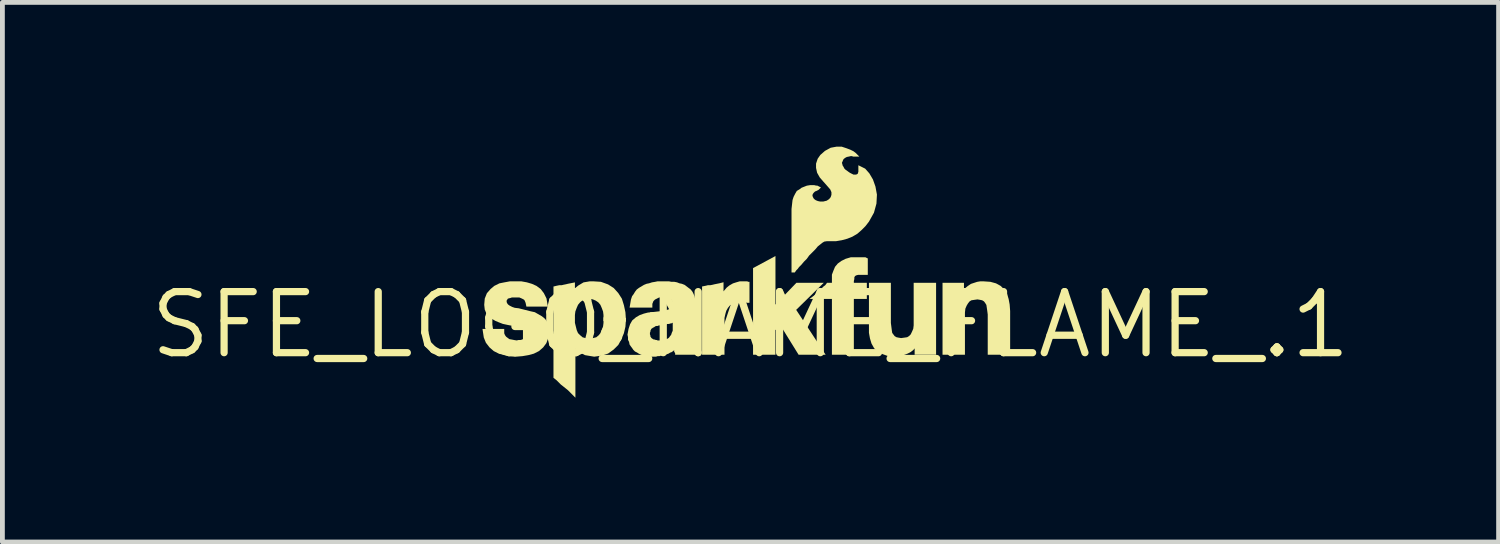
<source format=kicad_pcb>
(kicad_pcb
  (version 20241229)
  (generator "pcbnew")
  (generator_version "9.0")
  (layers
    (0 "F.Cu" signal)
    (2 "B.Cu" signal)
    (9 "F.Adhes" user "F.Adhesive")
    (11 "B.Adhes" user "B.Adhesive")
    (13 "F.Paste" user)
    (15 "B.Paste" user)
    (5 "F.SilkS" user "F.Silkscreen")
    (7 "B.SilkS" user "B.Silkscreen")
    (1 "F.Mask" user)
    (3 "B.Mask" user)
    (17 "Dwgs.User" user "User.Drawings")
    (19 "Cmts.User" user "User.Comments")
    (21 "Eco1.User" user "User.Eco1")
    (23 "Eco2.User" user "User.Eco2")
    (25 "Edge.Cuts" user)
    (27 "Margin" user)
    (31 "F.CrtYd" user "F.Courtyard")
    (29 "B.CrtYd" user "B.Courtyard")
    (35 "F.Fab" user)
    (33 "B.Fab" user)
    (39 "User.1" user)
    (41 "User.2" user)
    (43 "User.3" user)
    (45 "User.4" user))
  (footprint "SFE_LOGO_NAME_FLAME_.1"
    (layer "F.Cu")
    (at 12.556 3.704)
    (property "Reference" "SFE_LOGO_NAME_FLAME_.1" (at 0 0 0) (layer "F.SilkS") (effects (font (size 1.27 1.27) (thickness 0.15))))
    (fp_poly (pts (xy -2.588 -0.143) (xy -2.601 0.04) (xy -2.633 0.176) (xy -2.699 0.335) (xy -3.107 0.144) (xy -3.066 0.035) (xy -3.057 -0.038) (xy -3.057 -0.155)) (stroke (width 0) (type default)) (fill yes) (layer "F.SilkS"))
    (fp_poly (pts (xy -1.695 -0.036) (xy -1.75 -0.008) (xy -1.773 -0.008) (xy -1.803 0.002) (xy -1.843 0.002) (xy -1.873 0.012) (xy -1.91 0.012) (xy -1.93 0.022) (xy -1.985 0.022) (xy -2.092 -0.258) (xy -1.864 -0.284) (xy -1.76 -0.299)) (stroke (width 0) (type default)) (fill yes) (layer "F.SilkS"))
    (fp_poly (pts (xy 0.519 -0.421) (xy 0.955 -0.874) (xy 1.524 -0.874) (xy 0.95 -0.311) (xy 1.562 0.622) (xy 1 0.622) (xy 0.623 0.014) (xy 0.519 0.111) (xy 0.519 0.622) (xy 0.053 0.622) (xy 0.053 -1.179) (xy 0.519 -1.43)) (stroke (width 0) (type default)) (fill yes) (layer "F.SilkS"))
    (fp_poly (pts (xy 2.439 -1.38) (xy 2.439 -1.038) (xy 2.236 -1.038) (xy 2.204 -1.03) (xy 2.177 -1.016) (xy 2.164 -0.997) (xy 2.159 -0.987) (xy 2.159 -0.951) (xy 2.149 -0.911) (xy 2.149 -0.874) (xy 2.419 -0.874) (xy 2.419 -0.538) (xy 2.149 -0.538) (xy 2.149 0.622) (xy 1.693 0.622) (xy 1.693 -0.538) (xy 1.227 -0.538) (xy 1.356 -0.635) (xy 1.516 -0.795) (xy 1.554 -0.823) (xy 1.592 -0.874) (xy 1.693 -0.874) (xy 1.693 -1.043) (xy 1.726 -1.13) (xy 1.758 -1.206) (xy 1.815 -1.274) (xy 1.891 -1.329) (xy 1.977 -1.372) (xy 2.085 -1.404) (xy 2.39 -1.404)) (stroke (width 0) (type default)) (fill yes) (layer "F.SilkS"))
    (fp_poly (pts (xy -0.053 -0.894) (xy -0.021 -0.894) (xy -0.021 -0.458) (xy -0.078 -0.458) (xy -0.098 -0.468) (xy -0.197 -0.468) (xy -0.292 -0.458) (xy -0.365 -0.44) (xy -0.424 -0.406) (xy -0.468 -0.354) (xy -0.504 -0.291) (xy -0.522 -0.227) (xy -0.541 -0.142) (xy -0.541 0.622) (xy -1.007 0.622) (xy -1.007 -0.797) (xy -0.927 -0.813) (xy -0.884 -0.824) (xy -0.833 -0.824) (xy -0.787 -0.833) (xy -0.747 -0.843) (xy -0.647 -0.863) (xy -0.561 -0.885) (xy -0.561 -0.695) (xy -0.549 -0.71) (xy -0.496 -0.773) (xy -0.44 -0.818) (xy -0.365 -0.861) (xy -0.3 -0.882) (xy -0.224 -0.904) (xy -0.063 -0.904)) (stroke (width 0) (type default)) (fill yes) (layer "F.SilkS"))
    (fp_poly (pts (xy 2.919 -0.038) (xy 2.939 0.118) (xy 2.947 0.169) (xy 2.997 0.235) (xy 3.035 0.258) (xy 3.078 0.267) (xy 3.132 0.276) (xy 3.205 0.266) (xy 3.258 0.258) (xy 3.297 0.234) (xy 3.33 0.201) (xy 3.356 0.148) (xy 3.384 0.084) (xy 3.393 0.012) (xy 3.393 -0.874) (xy 3.859 -0.874) (xy 3.859 0.622) (xy 3.413 0.622) (xy 3.413 0.49) (xy 3.388 0.521) (xy 3.332 0.566) (xy 3.267 0.599) (xy 3.214 0.62) (xy 3.15 0.641) (xy 3.077 0.652) (xy 3.013 0.662) (xy 2.863 0.652) (xy 2.745 0.609) (xy 2.649 0.555) (xy 2.571 0.488) (xy 2.516 0.389) (xy 2.484 0.283) (xy 2.463 0.167) (xy 2.463 -0.874) (xy 2.919 -0.874)) (stroke (width 0) (type default)) (fill yes) (layer "F.SilkS"))
    (fp_poly (pts (xy 4.987 -0.894) (xy 5.105 -0.862) (xy 5.204 -0.807) (xy 5.281 -0.73) (xy 5.336 -0.642) (xy 5.368 -0.535) (xy 5.389 -0.421) (xy 5.399 -0.287) (xy 5.399 0.622) (xy 4.933 0.622) (xy 4.933 -0.214) (xy 4.923 -0.291) (xy 4.913 -0.36) (xy 4.905 -0.413) (xy 4.879 -0.455) (xy 4.855 -0.487) (xy 4.817 -0.51) (xy 4.774 -0.519) (xy 4.72 -0.528) (xy 4.647 -0.518) (xy 4.594 -0.51) (xy 4.556 -0.487) (xy 4.522 -0.444) (xy 4.495 -0.399) (xy 4.468 -0.336) (xy 4.459 -0.254) (xy 4.459 0.622) (xy 3.993 0.622) (xy 3.993 -0.874) (xy 4.439 -0.874) (xy 4.439 -0.738) (xy 4.466 -0.764) (xy 4.518 -0.807) (xy 4.584 -0.851) (xy 4.712 -0.893) (xy 4.778 -0.904) (xy 4.842 -0.904)) (stroke (width 0) (type default)) (fill yes) (layer "F.SilkS"))
    (fp_poly (pts (xy -3.111 -0.894) (xy -2.962 -0.84) (xy -2.844 -0.765) (xy -2.749 -0.659) (xy -2.674 -0.542) (xy -2.632 -0.406) (xy -2.601 -0.261) (xy -2.588 -0.067) (xy -3.057 -0.079) (xy -3.057 -0.204) (xy -3.066 -0.277) (xy -3.094 -0.352) (xy -3.122 -0.416) (xy -3.165 -0.467) (xy -3.217 -0.502) (xy -3.279 -0.529) (xy -3.359 -0.538) (xy -3.43 -0.529) (xy -3.5 -0.502) (xy -3.542 -0.469) (xy -3.586 -0.416) (xy -3.614 -0.352) (xy -3.642 -0.277) (xy -3.651 -0.204) (xy -3.651 -0.041) (xy -3.613 0.112) (xy -3.587 0.172) (xy -3.543 0.216) (xy -3.491 0.26) (xy -3.432 0.276) (xy -3.349 0.286) (xy -3.276 0.276) (xy -3.207 0.259) (xy -3.156 0.217) (xy -3.122 0.174) (xy -3.078 0.073) (xy -2.666 0.267) (xy -2.748 0.417) (xy -2.844 0.513) (xy -2.961 0.598) (xy -3.09 0.641) (xy -3.25 0.663) (xy -3.441 0.631) (xy -3.507 0.597) (xy -3.614 0.533) (xy -3.641 0.5) (xy -3.641 1.516) (xy -3.794 1.362) (xy -3.944 1.242) (xy -4.034 1.152) (xy -4.097 1.102) (xy -4.097 -0.796) (xy -4.027 -0.813) (xy -3.973 -0.824) (xy -3.924 -0.824) (xy -3.887 -0.833) (xy -3.837 -0.843) (xy -3.797 -0.853) (xy -3.651 -0.882) (xy -3.651 -0.758) (xy -3.634 -0.774) (xy -3.581 -0.817) (xy -3.472 -0.882) (xy -3.342 -0.904) (xy -3.268 -0.904)) (stroke (width 0) (type default)) (fill yes) (layer "F.SilkS"))
    (fp_poly (pts (xy -4.65 -0.883) (xy -4.546 -0.852) (xy -4.45 -0.809) (xy -4.362 -0.743) (xy -4.296 -0.656) (xy -4.242 -0.548) (xy -4.214 -0.378) (xy -4.66 -0.378) (xy -4.676 -0.455) (xy -4.693 -0.498) (xy -4.706 -0.519) (xy -4.728 -0.533) (xy -4.765 -0.551) (xy -4.806 -0.568) (xy -4.963 -0.568) (xy -4.988 -0.559) (xy -5.028 -0.549) (xy -5.045 -0.544) (xy -5.071 -0.504) (xy -5.071 -0.481) (xy -5.064 -0.453) (xy -5.042 -0.423) (xy -5.009 -0.399) (xy -4.954 -0.371) (xy -4.901 -0.353) (xy -4.822 -0.344) (xy -4.58 -0.283) (xy -4.485 -0.262) (xy -4.337 -0.177) (xy -4.27 -0.122) (xy -4.225 -0.054) (xy -4.192 0.024) (xy -4.181 0.125) (xy -4.202 0.263) (xy -4.245 0.382) (xy -4.311 0.47) (xy -4.398 0.546) (xy -4.505 0.6) (xy -4.621 0.631) (xy -4.744 0.652) (xy -4.869 0.662) (xy -4.994 0.652) (xy -5.117 0.631) (xy -5.233 0.6) (xy -5.34 0.546) (xy -5.427 0.47) (xy -5.502 0.373) (xy -5.546 0.264) (xy -5.573 0.086) (xy -5.121 0.086) (xy -5.121 0.177) (xy -5.105 0.215) (xy -5.082 0.247) (xy -5.014 0.298) (xy -4.962 0.307) (xy -4.912 0.317) (xy -4.861 0.325) (xy -4.824 0.316) (xy -4.784 0.316) (xy -4.752 0.308) (xy -4.719 0.291) (xy -4.684 0.265) (xy -4.663 0.245) (xy -4.648 0.184) (xy -4.655 0.157) (xy -4.669 0.129) (xy -4.7 0.106) (xy -4.745 0.079) (xy -4.8 0.061) (xy -4.957 0.021) (xy -5.057 0.001) (xy -5.15 -0.019) (xy -5.233 -0.051) (xy -5.306 -0.082) (xy -5.379 -0.124) (xy -5.446 -0.169) (xy -5.493 -0.238) (xy -5.526 -0.316) (xy -5.537 -0.415) (xy -5.526 -0.545) (xy -5.482 -0.656) (xy -5.406 -0.743) (xy -5.33 -0.808) (xy -5.221 -0.862) (xy -5.116 -0.883) (xy -5.002 -0.904) (xy -4.766 -0.904)) (stroke (width 0) (type default)) (fill yes) (layer "F.SilkS"))
    (fp_poly (pts (xy 1.994 -3.672) (xy 2.076 -3.641) (xy 2.141 -3.609) (xy 2.186 -3.575) (xy 2.263 -3.498) (xy 2.135 -3.498) (xy 2.105 -3.508) (xy 2.086 -3.508) (xy 2.049 -3.499) (xy 2.003 -3.49) (xy 1.971 -3.473) (xy 1.939 -3.449) (xy 1.926 -3.429) (xy 1.916 -3.401) (xy 1.906 -3.381) (xy 1.901 -3.366) (xy 1.908 -3.347) (xy 1.916 -3.312) (xy 1.934 -3.285) (xy 1.952 -3.249) (xy 1.975 -3.226) (xy 2.003 -3.207) (xy 2.043 -3.177) (xy 2.07 -3.159) (xy 2.14 -3.124) (xy 2.195 -3.124) (xy 2.214 -3.131) (xy 2.229 -3.14) (xy 2.243 -3.182) (xy 2.243 -3.318) (xy 2.385 -3.247) (xy 2.472 -3.148) (xy 2.546 -3.022) (xy 2.598 -2.876) (xy 2.629 -2.708) (xy 2.619 -2.52) (xy 2.567 -2.331) (xy 2.463 -2.145) (xy 2.39 -2.051) (xy 2.307 -1.968) (xy 2.224 -1.895) (xy 2.118 -1.832) (xy 2.013 -1.79) (xy 1.899 -1.759) (xy 1.774 -1.738) (xy 1.584 -1.738) (xy 1.534 -1.73) (xy 1.493 -1.705) (xy 1.398 -1.629) (xy 1.349 -1.57) (xy 1.22 -1.441) (xy 1.17 -1.371) (xy 1.109 -1.31) (xy 1.059 -1.25) (xy 1.01 -1.201) (xy 0.98 -1.161) (xy 0.951 -1.132) (xy 0.921 -1.088) (xy 0.853 -1.088) (xy 0.853 -2.408) (xy 0.874 -2.594) (xy 0.896 -2.661) (xy 0.928 -2.724) (xy 0.963 -2.784) (xy 1.02 -2.818) (xy 1.062 -2.85) (xy 1.171 -2.893) (xy 1.238 -2.904) (xy 1.326 -2.904) (xy 1.366 -2.894) (xy 1.39 -2.894) (xy 1.465 -2.856) (xy 1.414 -2.805) (xy 1.366 -2.781) (xy 1.342 -2.773) (xy 1.311 -2.742) (xy 1.296 -2.719) (xy 1.289 -2.7) (xy 1.289 -2.682) (xy 1.296 -2.661) (xy 1.312 -2.629) (xy 1.335 -2.606) (xy 1.359 -2.59) (xy 1.402 -2.573) (xy 1.445 -2.564) (xy 1.516 -2.564) (xy 1.585 -2.581) (xy 1.635 -2.614) (xy 1.667 -2.654) (xy 1.683 -2.702) (xy 1.683 -2.758) (xy 1.658 -2.815) (xy 1.592 -2.891) (xy 1.512 -2.981) (xy 1.44 -3.064) (xy 1.385 -3.162) (xy 1.363 -3.262) (xy 1.363 -3.352) (xy 1.397 -3.453) (xy 1.452 -3.532) (xy 1.549 -3.617) (xy 1.668 -3.682) (xy 1.788 -3.704) (xy 1.897 -3.704)) (stroke (width 0) (type default)) (fill yes) (layer "F.SilkS"))
    (fp_poly (pts (xy -1.645 -0.894) (xy -1.585 -0.894) (xy -1.528 -0.883) (xy -1.478 -0.863) (xy -1.428 -0.853) (xy -1.37 -0.83) (xy -1.242 -0.733) (xy -1.206 -0.686) (xy -1.184 -0.642) (xy -1.162 -0.587) (xy -1.151 -0.53) (xy -1.151 0.335) (xy -1.141 0.355) (xy -1.141 0.445) (xy -1.131 0.465) (xy -1.131 0.485) (xy -1.121 0.505) (xy -1.121 0.535) (xy -1.118 0.541) (xy -1.101 0.558) (xy -1.101 0.622) (xy -1.567 0.622) (xy -1.567 0.59) (xy -1.577 0.58) (xy -1.577 0.57) (xy -1.587 0.56) (xy -1.587 0.53) (xy -1.589 0.528) (xy -1.605 0.544) (xy -1.642 0.569) (xy -1.672 0.579) (xy -1.702 0.599) (xy -1.833 0.642) (xy -1.863 0.642) (xy -1.893 0.652) (xy -1.933 0.652) (xy -1.963 0.662) (xy -2.083 0.662) (xy -2.133 0.652) (xy -2.184 0.652) (xy -2.231 0.64) (xy -2.285 0.619) (xy -2.328 0.597) (xy -2.358 0.577) (xy -2.402 0.555) (xy -2.439 0.518) (xy -2.46 0.486) (xy -2.49 0.446) (xy -2.515 0.409) (xy -2.525 0.356) (xy -2.547 0.313) (xy -2.547 0.258) (xy -2.558 0.204) (xy -2.536 0.085) (xy -2.504 -0.012) (xy -2.459 -0.091) (xy -2.381 -0.157) (xy -2.305 -0.201) (xy -2.22 -0.232) (xy -2.136 -0.254) (xy -2.014 -0.267) (xy -1.909 0.008) (xy -1.974 0.029) (xy -1.986 0.035) (xy -1.996 0.045) (xy -2.036 0.065) (xy -2.046 0.075) (xy -2.061 0.082) (xy -2.081 0.123) (xy -2.081 0.143) (xy -2.091 0.163) (xy -2.091 0.198) (xy -2.081 0.228) (xy -2.081 0.245) (xy -2.078 0.251) (xy -2.068 0.261) (xy -2.061 0.276) (xy -2.046 0.283) (xy -2.036 0.293) (xy -2.01 0.306) (xy -1.99 0.306) (xy -1.97 0.316) (xy -1.95 0.316) (xy -1.93 0.326) (xy -1.893 0.326) (xy -1.843 0.316) (xy -1.798 0.316) (xy -1.762 0.298) (xy -1.725 0.289) (xy -1.703 0.274) (xy -1.689 0.26) (xy -1.669 0.23) (xy -1.652 0.213) (xy -1.634 0.159) (xy -1.624 0.139) (xy -1.617 0.118) (xy -1.617 -0.044) (xy -1.65 -0.028) (xy -1.67 -0.028) (xy -1.69 -0.018) (xy -1.769 -0.018) (xy -1.835 -0.283) (xy -1.73 -0.312) (xy -1.675 -0.331) (xy -1.635 -0.355) (xy -1.617 -0.379) (xy -1.617 -0.467) (xy -1.64 -0.513) (xy -1.65 -0.523) (xy -1.657 -0.538) (xy -1.698 -0.558) (xy -1.718 -0.558) (xy -1.738 -0.568) (xy -1.9 -0.568) (xy -1.986 -0.525) (xy -2.018 -0.493) (xy -2.024 -0.481) (xy -2.034 -0.451) (xy -2.041 -0.437) (xy -2.041 -0.358) (xy -2.514 -0.358) (xy -2.486 -0.525) (xy -2.463 -0.594) (xy -2.431 -0.637) (xy -2.401 -0.687) (xy -2.366 -0.733) (xy -2.32 -0.768) (xy -2.216 -0.83) (xy -2.16 -0.853) (xy -2.109 -0.863) (xy -2.048 -0.883) (xy -1.986 -0.893) (xy -1.933 -0.904) (xy -1.695 -0.904)) (stroke (width 0) (type default)) (fill yes) (layer "F.SilkS")))
  (gr_rect
    (start -3 -3)
    (end 28.112 8.22)
    (stroke (width 0.1) (type default))
    (fill no)
    (layer "Edge.Cuts")))
</source>
